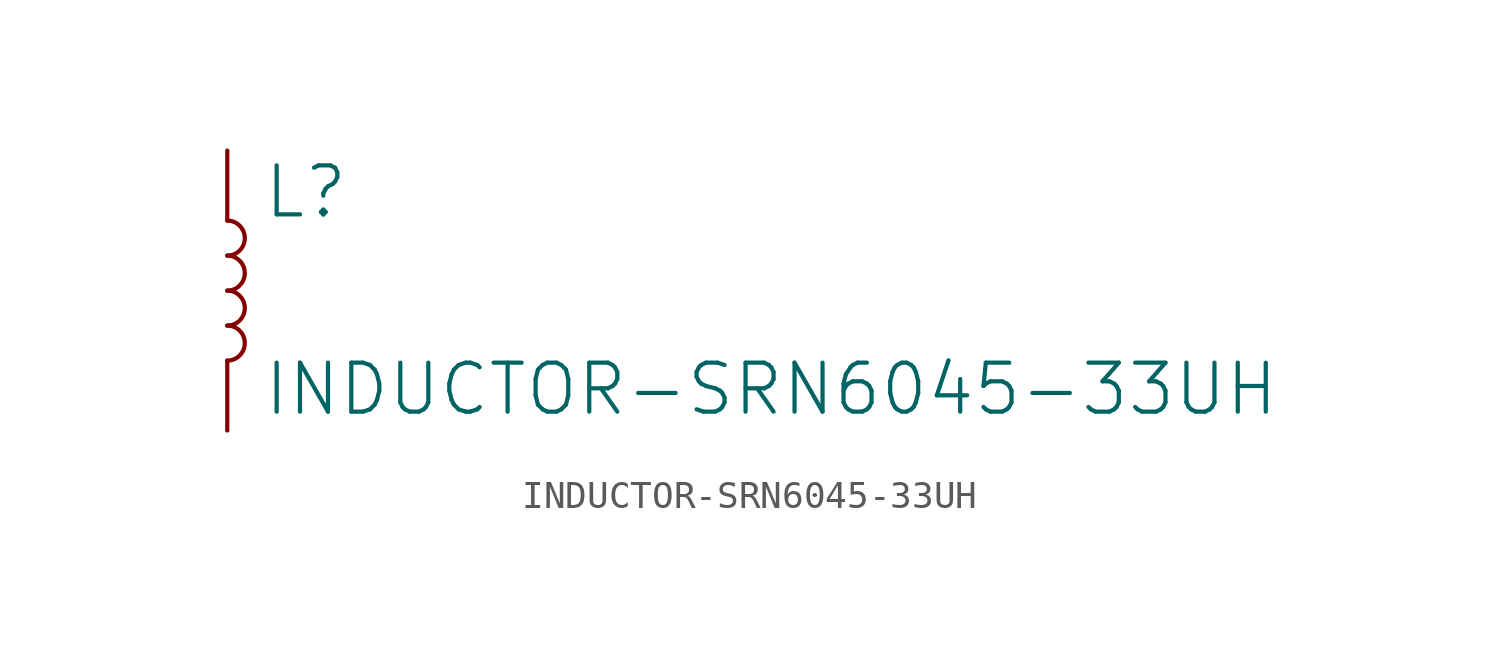
<source format=kicad_sym>
(kicad_symbol_lib
  (version 20210619)
  (generator kicad_symbol_editor)
  (symbol "INDUCTOR-SRN6045-33UH"
    (property "Reference" "L"
      (at 1.27 2.54 0)
      (effects (font (size 1.778 1.778)) (justify left bottom)))
    (property "Value" "INDUCTOR-SRN6045-33UH"
      (at 1.27 -2.54 0)
      (effects (font (size 1.778 1.778)) (justify left top)))
    (property "ki_locked" ""
      (at 0 0 0)
      (effects (font (size 1.27 1.27))))
    (symbol "INDUCTOR-SRN6045-33UH_1_0"
      (arc (start 0 -2.54) (end 0 -1.27) (radius (at 0 -1.905) (length 0.635) (angles -89.9 89.9)) (stroke (width 0.1524)) (fill (type none)))
      (arc (start 0 -1.27) (end 0 0) (radius (at 0 -0.635) (length 0.635) (angles -89.9 89.9)) (stroke (width 0.1524)) (fill (type none)))
      (arc (start 0 0) (end 0 1.27) (radius (at 0 0.635) (length 0.635) (angles -89.9 89.9)) (stroke (width 0.1524)) (fill (type none)))
      (arc (start 0 1.27) (end 0 2.54) (radius (at 0 1.905) (length 0.635) (angles -89.9 89.9)) (stroke (width 0.1524)) (fill (type none)))
      (pin passive line (at 0 5.08 270) (length 2.54) (name "1" (effects (font (size 0 0)))) (number "1" (effects (font (size 0 0)))))
      (pin passive line (at 0 -5.08 90) (length 2.54) (name "2" (effects (font (size 0 0)))) (number "2" (effects (font (size 0 0))))))))
</source>
